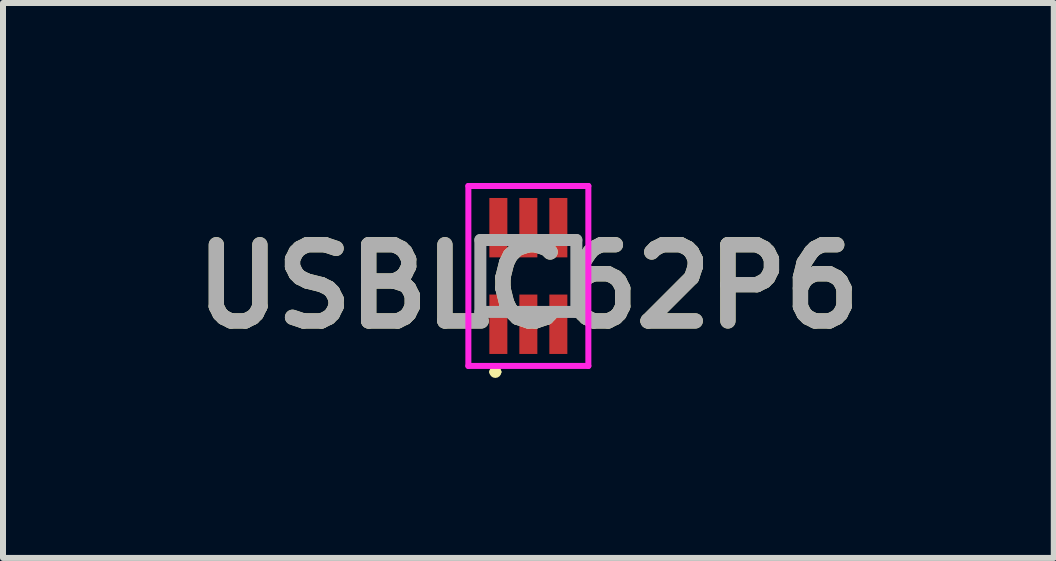
<source format=kicad_pcb>
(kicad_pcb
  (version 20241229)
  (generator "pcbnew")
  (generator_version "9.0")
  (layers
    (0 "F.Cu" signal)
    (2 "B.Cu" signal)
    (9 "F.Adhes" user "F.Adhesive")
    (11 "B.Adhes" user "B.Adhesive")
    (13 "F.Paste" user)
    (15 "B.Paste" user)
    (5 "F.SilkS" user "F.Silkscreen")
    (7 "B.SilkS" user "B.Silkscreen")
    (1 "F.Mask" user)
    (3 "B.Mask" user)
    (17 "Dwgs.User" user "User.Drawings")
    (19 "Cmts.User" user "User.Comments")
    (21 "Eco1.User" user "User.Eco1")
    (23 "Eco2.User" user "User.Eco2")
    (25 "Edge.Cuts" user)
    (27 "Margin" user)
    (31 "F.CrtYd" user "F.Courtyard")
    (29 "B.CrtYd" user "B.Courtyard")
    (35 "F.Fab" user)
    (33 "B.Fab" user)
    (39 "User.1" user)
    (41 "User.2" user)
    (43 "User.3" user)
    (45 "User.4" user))
  (footprint "USBLC62P6"
    (layer "F.Cu")
    (at 5.757 1.55)
    (property "Reference" "USBLC62P6" (at 0 0.175 0) (layer "F.SilkS") (effects (font (size 1.27 1.27) (thickness 0.254))))
    (attr smd)
    (fp_line (start -0.6 1.6) (end -0.6 1.6) (stroke (width 0.1) (type solid)) (layer "F.SilkS"))
    (fp_line (start -0.5 1.6) (end -0.5 1.6) (stroke (width 0.1) (type solid)) (layer "F.SilkS"))
    (fp_arc (start -0.6 1.6) (mid -0.55 1.55) (end -0.5 1.6) (stroke (width 0.1) (type solid)) (layer "F.SilkS"))
    (fp_arc (start -0.5 1.6) (mid -0.55 1.65) (end -0.6 1.6) (stroke (width 0.1) (type solid)) (layer "F.SilkS"))
    (fp_line (start -1 -1.5) (end 1 -1.5) (stroke (width 0.1) (type solid)) (layer "F.CrtYd"))
    (fp_line (start -1 1.5) (end -1 -1.5) (stroke (width 0.1) (type solid)) (layer "F.CrtYd"))
    (fp_line (start 1 -1.5) (end 1 1.5) (stroke (width 0.1) (type solid)) (layer "F.CrtYd"))
    (fp_line (start 1 1.5) (end -1 1.5) (stroke (width 0.1) (type solid)) (layer "F.CrtYd"))
    (fp_line (start -0.8 -0.6) (end 0.8 -0.6) (stroke (width 0.2) (type solid)) (layer "F.Fab"))
    (fp_line (start -0.8 0.6) (end -0.8 -0.6) (stroke (width 0.2) (type solid)) (layer "F.Fab"))
    (fp_line (start 0.8 -0.6) (end 0.8 0.6) (stroke (width 0.2) (type solid)) (layer "F.Fab"))
    (fp_line (start 0.8 0.6) (end -0.8 0.6) (stroke (width 0.2) (type solid)) (layer "F.Fab"))
    (fp_text user "${REFERENCE}" (at 0 0.175 0) (layer "F.Fab") (effects (font (size 1.27 1.27) (thickness 0.254))))
    (pad "1" smd rect (at -0.5 0.805) (size 0.3 0.99) (layers "F.Cu" "F.Mask" "F.Paste"))
    (pad "2" smd rect (at 0 0.805) (size 0.3 0.99) (layers "F.Cu" "F.Mask" "F.Paste"))
    (pad "3" smd rect (at 0.5 0.805) (size 0.3 0.99) (layers "F.Cu" "F.Mask" "F.Paste"))
    (pad "4" smd rect (at 0.5 -0.805) (size 0.3 0.99) (layers "F.Cu" "F.Mask" "F.Paste"))
    (pad "5" smd rect (at 0 -0.805) (size 0.3 0.99) (layers "F.Cu" "F.Mask" "F.Paste"))
    (pad "6" smd rect (at -0.5 -0.805) (size 0.3 0.99) (layers "F.Cu" "F.Mask" "F.Paste")))
  (gr_rect
    (start -3 -3)
    (end 14.515 6.25)
    (stroke (width 0.1) (type default))
    (fill no)
    (layer "Edge.Cuts")))
</source>
